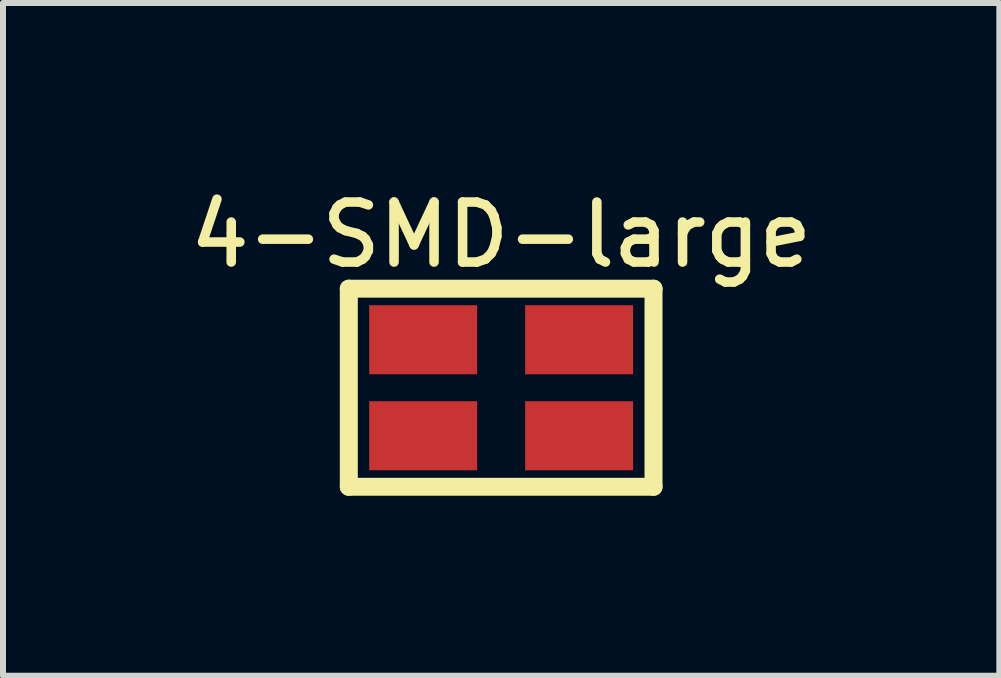
<source format=kicad_pcb>
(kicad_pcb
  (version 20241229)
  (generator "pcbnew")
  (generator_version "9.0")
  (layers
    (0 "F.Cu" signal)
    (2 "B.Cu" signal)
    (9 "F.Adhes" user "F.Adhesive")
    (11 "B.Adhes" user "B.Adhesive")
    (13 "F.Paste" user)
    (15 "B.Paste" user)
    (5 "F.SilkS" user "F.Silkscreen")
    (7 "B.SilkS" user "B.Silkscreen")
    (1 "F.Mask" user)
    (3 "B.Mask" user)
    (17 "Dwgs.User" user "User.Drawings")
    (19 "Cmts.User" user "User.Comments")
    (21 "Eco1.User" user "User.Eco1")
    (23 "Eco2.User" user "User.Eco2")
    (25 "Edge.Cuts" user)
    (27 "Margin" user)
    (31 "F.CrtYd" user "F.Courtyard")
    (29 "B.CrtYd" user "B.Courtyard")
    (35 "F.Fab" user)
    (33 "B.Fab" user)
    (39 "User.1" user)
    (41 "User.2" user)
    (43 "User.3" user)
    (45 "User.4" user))
  (footprint "4-SMD-large"
    (layer "F.Cu")
    (at 5.305 3.414)
    (property "Reference" "4-SMD-large" (at 0 -2.55 0) (layer "F.SilkS") (effects (font (size 1 1) (thickness 0.159))))
    (attr smd)
    (fp_line (start -2.54 -1.651) (end 2.54 -1.651) (stroke (width 0.3) (type solid)) (layer "F.SilkS"))
    (fp_line (start -2.54 1.651) (end -2.54 -1.651) (stroke (width 0.3) (type solid)) (layer "F.SilkS"))
    (fp_line (start 2.54 -1.651) (end 2.54 1.651) (stroke (width 0.3) (type solid)) (layer "F.SilkS"))
    (fp_line (start 2.54 1.651) (end -2.54 1.651) (stroke (width 0.3) (type solid)) (layer "F.SilkS"))
    (pad "1" smd rect (at -1.3 0.8) (size 1.8 1.151) (layers "F.Cu" "F.Mask" "F.Paste"))
    (pad "2" smd rect (at 1.3 0.8) (size 1.8 1.151) (layers "F.Cu" "F.Mask" "F.Paste"))
    (pad "3" smd rect (at 1.3 -0.8) (size 1.8 1.151) (layers "F.Cu" "F.Mask" "F.Paste"))
    (pad "4" smd rect (at -1.3 -0.8) (size 1.8 1.151) (layers "F.Cu" "F.Mask" "F.Paste")))
  (gr_rect
    (start -3 -3)
    (end 13.61 8.215)
    (stroke (width 0.1) (type default))
    (fill no)
    (layer "Edge.Cuts")))
</source>
